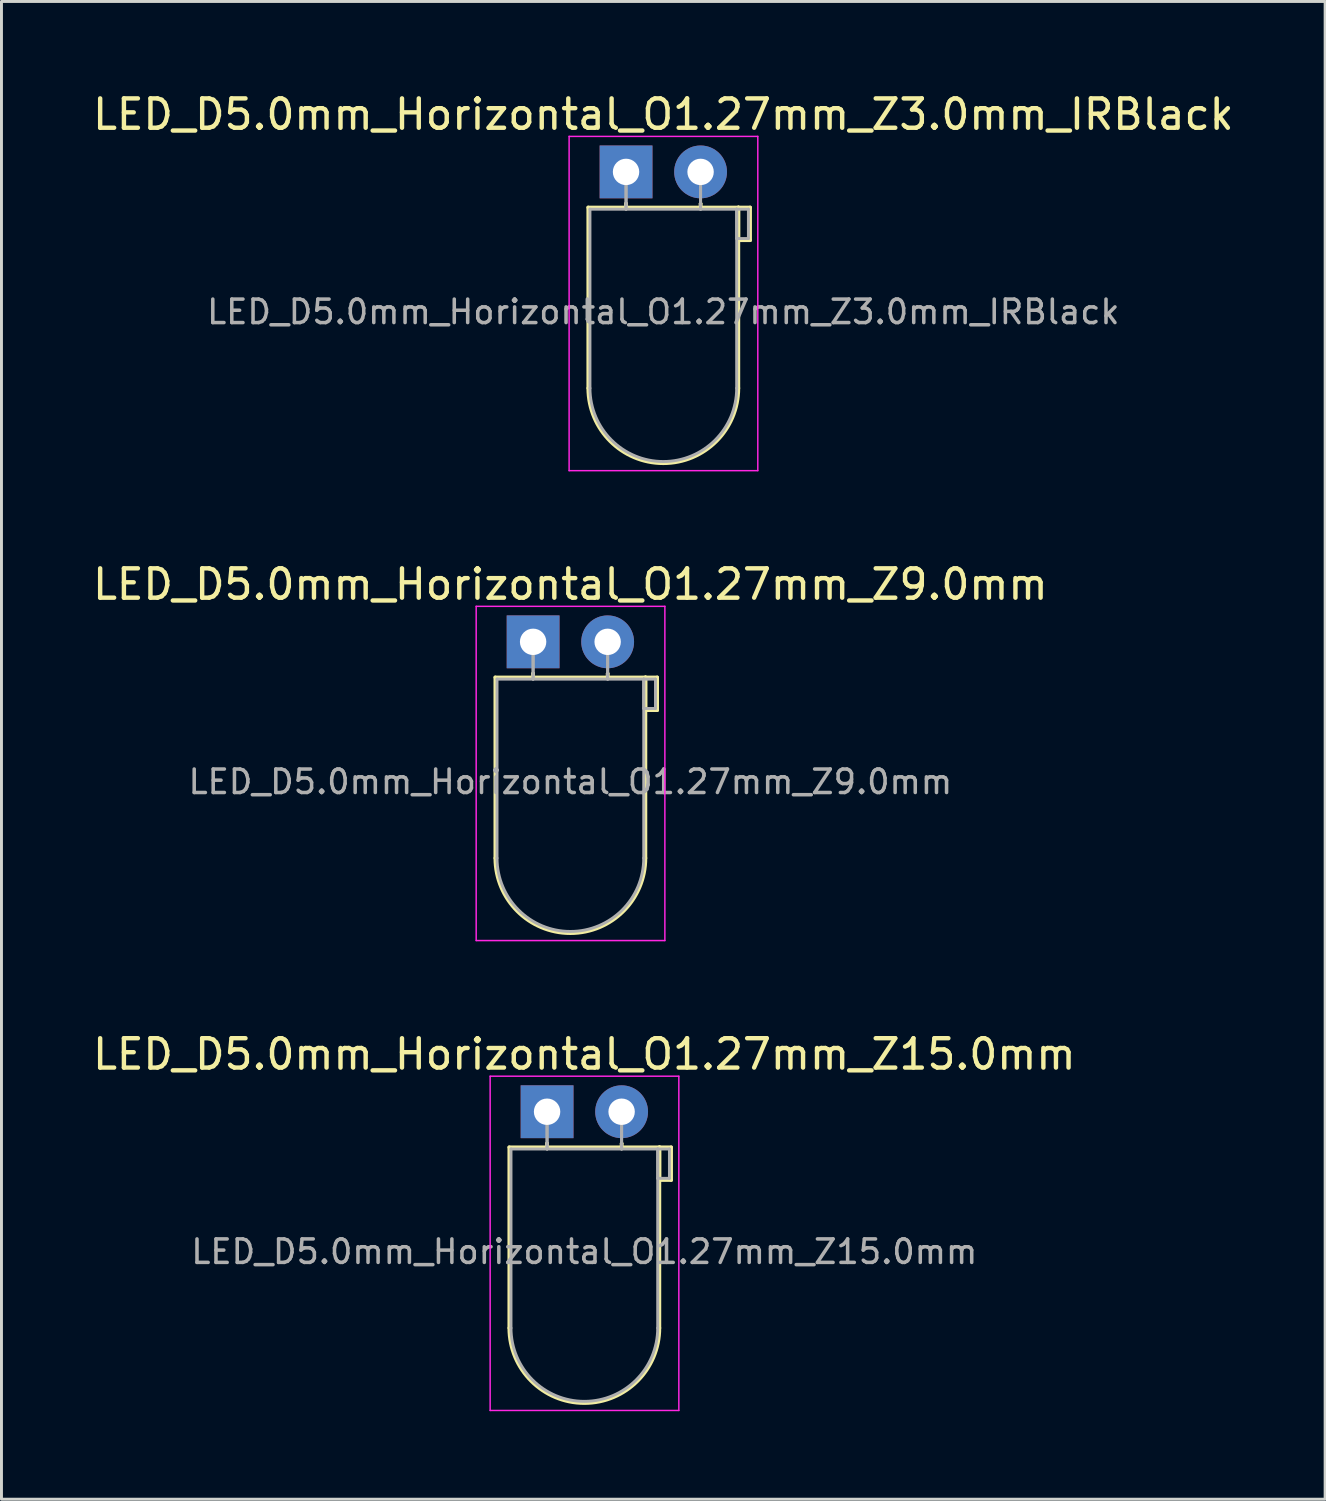
<source format=kicad_pcb>
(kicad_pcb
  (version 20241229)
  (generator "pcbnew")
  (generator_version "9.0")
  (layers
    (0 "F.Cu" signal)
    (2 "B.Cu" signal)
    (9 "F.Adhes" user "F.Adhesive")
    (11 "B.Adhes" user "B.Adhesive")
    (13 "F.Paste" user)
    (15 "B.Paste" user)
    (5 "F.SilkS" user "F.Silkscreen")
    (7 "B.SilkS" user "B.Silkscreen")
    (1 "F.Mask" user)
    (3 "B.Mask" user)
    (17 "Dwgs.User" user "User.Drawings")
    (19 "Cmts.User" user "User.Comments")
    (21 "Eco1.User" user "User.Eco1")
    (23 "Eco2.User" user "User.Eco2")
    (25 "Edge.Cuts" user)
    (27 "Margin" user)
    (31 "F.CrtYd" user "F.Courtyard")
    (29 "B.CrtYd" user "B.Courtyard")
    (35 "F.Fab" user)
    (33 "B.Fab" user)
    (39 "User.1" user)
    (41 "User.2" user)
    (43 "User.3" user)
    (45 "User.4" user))
  (footprint "LED_D5.0mm_Horizontal_O1.27mm_Z3.0mm_IRBlack"
    (layer "F.Cu")
    (at 18.284 2.808)
    (property "Reference" "LED_D5.0mm_Horizontal_O1.27mm_Z3.0mm_IRBlack" (at 1.27 -1.96 0) (layer "F.SilkS") (effects (font (size 1 1) (thickness 0.15))))
    (attr through_hole)
    (fp_line (start -1.29 1.21) (end -1.29 7.37) (stroke (width 0.12) (type solid)) (layer "F.SilkS"))
    (fp_line (start -1.29 1.21) (end 3.83 1.21) (stroke (width 0.12) (type solid)) (layer "F.SilkS"))
    (fp_line (start 0 1.08) (end 0 1.08) (stroke (width 0.12) (type solid)) (layer "F.SilkS"))
    (fp_line (start 0 1.08) (end 0 1.21) (stroke (width 0.12) (type solid)) (layer "F.SilkS"))
    (fp_line (start 0 1.21) (end 0 1.08) (stroke (width 0.12) (type solid)) (layer "F.SilkS"))
    (fp_line (start 0 1.21) (end 0 1.21) (stroke (width 0.12) (type solid)) (layer "F.SilkS"))
    (fp_line (start 2.54 1.08) (end 2.54 1.08) (stroke (width 0.12) (type solid)) (layer "F.SilkS"))
    (fp_line (start 2.54 1.08) (end 2.54 1.21) (stroke (width 0.12) (type solid)) (layer "F.SilkS"))
    (fp_line (start 2.54 1.21) (end 2.54 1.08) (stroke (width 0.12) (type solid)) (layer "F.SilkS"))
    (fp_line (start 2.54 1.21) (end 2.54 1.21) (stroke (width 0.12) (type solid)) (layer "F.SilkS"))
    (fp_line (start 3.83 1.21) (end 3.83 7.37) (stroke (width 0.12) (type solid)) (layer "F.SilkS"))
    (fp_line (start 3.83 1.21) (end 4.23 1.21) (stroke (width 0.12) (type solid)) (layer "F.SilkS"))
    (fp_line (start 3.83 2.33) (end 3.83 1.21) (stroke (width 0.12) (type solid)) (layer "F.SilkS"))
    (fp_line (start 4.23 1.21) (end 4.23 2.33) (stroke (width 0.12) (type solid)) (layer "F.SilkS"))
    (fp_line (start 4.23 2.33) (end 3.83 2.33) (stroke (width 0.12) (type solid)) (layer "F.SilkS"))
    (fp_arc (start 3.83 7.37) (mid 1.27 9.93) (end -1.29 7.37) (stroke (width 0.12) (type solid)) (layer "F.SilkS"))
    (fp_line (start -1.94 -1.21) (end -1.94 10.18) (stroke (width 0.05) (type solid)) (layer "F.CrtYd"))
    (fp_line (start -1.94 10.18) (end 4.49 10.18) (stroke (width 0.05) (type solid)) (layer "F.CrtYd"))
    (fp_line (start 4.49 -1.21) (end -1.94 -1.21) (stroke (width 0.05) (type solid)) (layer "F.CrtYd"))
    (fp_line (start 4.49 10.18) (end 4.49 -1.21) (stroke (width 0.05) (type solid)) (layer "F.CrtYd"))
    (fp_line (start -1.23 1.27) (end -1.23 7.37) (stroke (width 0.1) (type solid)) (layer "F.Fab"))
    (fp_line (start -1.23 1.27) (end 3.77 1.27) (stroke (width 0.1) (type solid)) (layer "F.Fab"))
    (fp_line (start 0 0) (end 0 0) (stroke (width 0.1) (type solid)) (layer "F.Fab"))
    (fp_line (start 0 0) (end 0 1.27) (stroke (width 0.1) (type solid)) (layer "F.Fab"))
    (fp_line (start 0 1.27) (end 0 0) (stroke (width 0.1) (type solid)) (layer "F.Fab"))
    (fp_line (start 0 1.27) (end 0 1.27) (stroke (width 0.1) (type solid)) (layer "F.Fab"))
    (fp_line (start 2.54 0) (end 2.54 0) (stroke (width 0.1) (type solid)) (layer "F.Fab"))
    (fp_line (start 2.54 0) (end 2.54 1.27) (stroke (width 0.1) (type solid)) (layer "F.Fab"))
    (fp_line (start 2.54 1.27) (end 2.54 0) (stroke (width 0.1) (type solid)) (layer "F.Fab"))
    (fp_line (start 2.54 1.27) (end 2.54 1.27) (stroke (width 0.1) (type solid)) (layer "F.Fab"))
    (fp_line (start 3.77 1.27) (end 3.77 7.37) (stroke (width 0.1) (type solid)) (layer "F.Fab"))
    (fp_line (start 3.77 1.27) (end 4.17 1.27) (stroke (width 0.1) (type solid)) (layer "F.Fab"))
    (fp_line (start 3.77 2.27) (end 3.77 1.27) (stroke (width 0.1) (type solid)) (layer "F.Fab"))
    (fp_line (start 4.17 1.27) (end 4.17 2.27) (stroke (width 0.1) (type solid)) (layer "F.Fab"))
    (fp_line (start 4.17 2.27) (end 3.77 2.27) (stroke (width 0.1) (type solid)) (layer "F.Fab"))
    (fp_arc (start 3.77 7.37) (mid 1.27 9.87) (end -1.23 7.37) (stroke (width 0.1) (type solid)) (layer "F.Fab"))
    (fp_text user "${REFERENCE}" (at 1.27 4.77 0) (layer "F.Fab") (effects (font (size 0.8 0.8) (thickness 0.12))))
    (pad "1" thru_hole rect (at 0 0) (size 1.8 1.8) (drill 0.9) (layers "*.Cu" "*.Mask"))
    (pad "2" thru_hole circle (at 2.54 0) (size 1.8 1.8) (drill 0.9) (layers "*.Cu" "*.Mask")))
  (footprint "LED_D5.0mm_Horizontal_O1.27mm_Z9.0mm"
    (layer "F.Cu")
    (at 15.117 18.822)
    (property "Reference" "LED_D5.0mm_Horizontal_O1.27mm_Z9.0mm" (at 1.27 -1.96 0) (layer "F.SilkS") (effects (font (size 1 1) (thickness 0.15))))
    (attr through_hole)
    (fp_line (start -1.29 1.21) (end -1.29 7.37) (stroke (width 0.12) (type solid)) (layer "F.SilkS"))
    (fp_line (start -1.29 1.21) (end 3.83 1.21) (stroke (width 0.12) (type solid)) (layer "F.SilkS"))
    (fp_line (start 0 1.08) (end 0 1.08) (stroke (width 0.12) (type solid)) (layer "F.SilkS"))
    (fp_line (start 0 1.08) (end 0 1.21) (stroke (width 0.12) (type solid)) (layer "F.SilkS"))
    (fp_line (start 0 1.21) (end 0 1.08) (stroke (width 0.12) (type solid)) (layer "F.SilkS"))
    (fp_line (start 0 1.21) (end 0 1.21) (stroke (width 0.12) (type solid)) (layer "F.SilkS"))
    (fp_line (start 2.54 1.08) (end 2.54 1.08) (stroke (width 0.12) (type solid)) (layer "F.SilkS"))
    (fp_line (start 2.54 1.08) (end 2.54 1.21) (stroke (width 0.12) (type solid)) (layer "F.SilkS"))
    (fp_line (start 2.54 1.21) (end 2.54 1.08) (stroke (width 0.12) (type solid)) (layer "F.SilkS"))
    (fp_line (start 2.54 1.21) (end 2.54 1.21) (stroke (width 0.12) (type solid)) (layer "F.SilkS"))
    (fp_line (start 3.83 1.21) (end 3.83 7.37) (stroke (width 0.12) (type solid)) (layer "F.SilkS"))
    (fp_line (start 3.83 1.21) (end 4.23 1.21) (stroke (width 0.12) (type solid)) (layer "F.SilkS"))
    (fp_line (start 3.83 2.33) (end 3.83 1.21) (stroke (width 0.12) (type solid)) (layer "F.SilkS"))
    (fp_line (start 4.23 1.21) (end 4.23 2.33) (stroke (width 0.12) (type solid)) (layer "F.SilkS"))
    (fp_line (start 4.23 2.33) (end 3.83 2.33) (stroke (width 0.12) (type solid)) (layer "F.SilkS"))
    (fp_arc (start 3.83 7.37) (mid 1.27 9.93) (end -1.29 7.37) (stroke (width 0.12) (type solid)) (layer "F.SilkS"))
    (fp_line (start -1.94 -1.21) (end -1.94 10.18) (stroke (width 0.05) (type solid)) (layer "F.CrtYd"))
    (fp_line (start -1.94 10.18) (end 4.49 10.18) (stroke (width 0.05) (type solid)) (layer "F.CrtYd"))
    (fp_line (start 4.49 -1.21) (end -1.94 -1.21) (stroke (width 0.05) (type solid)) (layer "F.CrtYd"))
    (fp_line (start 4.49 10.18) (end 4.49 -1.21) (stroke (width 0.05) (type solid)) (layer "F.CrtYd"))
    (fp_line (start -1.23 1.27) (end -1.23 7.37) (stroke (width 0.1) (type solid)) (layer "F.Fab"))
    (fp_line (start -1.23 1.27) (end 3.77 1.27) (stroke (width 0.1) (type solid)) (layer "F.Fab"))
    (fp_line (start 0 0) (end 0 0) (stroke (width 0.1) (type solid)) (layer "F.Fab"))
    (fp_line (start 0 0) (end 0 1.27) (stroke (width 0.1) (type solid)) (layer "F.Fab"))
    (fp_line (start 0 1.27) (end 0 0) (stroke (width 0.1) (type solid)) (layer "F.Fab"))
    (fp_line (start 0 1.27) (end 0 1.27) (stroke (width 0.1) (type solid)) (layer "F.Fab"))
    (fp_line (start 2.54 0) (end 2.54 0) (stroke (width 0.1) (type solid)) (layer "F.Fab"))
    (fp_line (start 2.54 0) (end 2.54 1.27) (stroke (width 0.1) (type solid)) (layer "F.Fab"))
    (fp_line (start 2.54 1.27) (end 2.54 0) (stroke (width 0.1) (type solid)) (layer "F.Fab"))
    (fp_line (start 2.54 1.27) (end 2.54 1.27) (stroke (width 0.1) (type solid)) (layer "F.Fab"))
    (fp_line (start 3.77 1.27) (end 3.77 7.37) (stroke (width 0.1) (type solid)) (layer "F.Fab"))
    (fp_line (start 3.77 1.27) (end 4.17 1.27) (stroke (width 0.1) (type solid)) (layer "F.Fab"))
    (fp_line (start 3.77 2.27) (end 3.77 1.27) (stroke (width 0.1) (type solid)) (layer "F.Fab"))
    (fp_line (start 4.17 1.27) (end 4.17 2.27) (stroke (width 0.1) (type solid)) (layer "F.Fab"))
    (fp_line (start 4.17 2.27) (end 3.77 2.27) (stroke (width 0.1) (type solid)) (layer "F.Fab"))
    (fp_arc (start 3.77 7.37) (mid 1.27 9.87) (end -1.23 7.37) (stroke (width 0.1) (type solid)) (layer "F.Fab"))
    (fp_text user "${REFERENCE}" (at 1.27 4.77 0) (layer "F.Fab") (effects (font (size 0.8 0.8) (thickness 0.12))))
    (pad "1" thru_hole rect (at 0 0) (size 1.8 1.8) (drill 0.9) (layers "*.Cu" "*.Mask"))
    (pad "2" thru_hole circle (at 2.54 0) (size 1.8 1.8) (drill 0.9) (layers "*.Cu" "*.Mask")))
  (footprint "LED_D5.0mm_Horizontal_O1.27mm_Z15.0mm"
    (layer "F.Cu")
    (at 15.593 34.835)
    (property "Reference" "LED_D5.0mm_Horizontal_O1.27mm_Z15.0mm" (at 1.27 -1.96 0) (layer "F.SilkS") (effects (font (size 1 1) (thickness 0.15))))
    (attr through_hole)
    (fp_line (start -1.29 1.21) (end -1.29 7.37) (stroke (width 0.12) (type solid)) (layer "F.SilkS"))
    (fp_line (start -1.29 1.21) (end 3.83 1.21) (stroke (width 0.12) (type solid)) (layer "F.SilkS"))
    (fp_line (start 0 1.08) (end 0 1.08) (stroke (width 0.12) (type solid)) (layer "F.SilkS"))
    (fp_line (start 0 1.08) (end 0 1.21) (stroke (width 0.12) (type solid)) (layer "F.SilkS"))
    (fp_line (start 0 1.21) (end 0 1.08) (stroke (width 0.12) (type solid)) (layer "F.SilkS"))
    (fp_line (start 0 1.21) (end 0 1.21) (stroke (width 0.12) (type solid)) (layer "F.SilkS"))
    (fp_line (start 2.54 1.08) (end 2.54 1.08) (stroke (width 0.12) (type solid)) (layer "F.SilkS"))
    (fp_line (start 2.54 1.08) (end 2.54 1.21) (stroke (width 0.12) (type solid)) (layer "F.SilkS"))
    (fp_line (start 2.54 1.21) (end 2.54 1.08) (stroke (width 0.12) (type solid)) (layer "F.SilkS"))
    (fp_line (start 2.54 1.21) (end 2.54 1.21) (stroke (width 0.12) (type solid)) (layer "F.SilkS"))
    (fp_line (start 3.83 1.21) (end 3.83 7.37) (stroke (width 0.12) (type solid)) (layer "F.SilkS"))
    (fp_line (start 3.83 1.21) (end 4.23 1.21) (stroke (width 0.12) (type solid)) (layer "F.SilkS"))
    (fp_line (start 3.83 2.33) (end 3.83 1.21) (stroke (width 0.12) (type solid)) (layer "F.SilkS"))
    (fp_line (start 4.23 1.21) (end 4.23 2.33) (stroke (width 0.12) (type solid)) (layer "F.SilkS"))
    (fp_line (start 4.23 2.33) (end 3.83 2.33) (stroke (width 0.12) (type solid)) (layer "F.SilkS"))
    (fp_arc (start 3.83 7.37) (mid 1.27 9.93) (end -1.29 7.37) (stroke (width 0.12) (type solid)) (layer "F.SilkS"))
    (fp_line (start -1.94 -1.21) (end -1.94 10.18) (stroke (width 0.05) (type solid)) (layer "F.CrtYd"))
    (fp_line (start -1.94 10.18) (end 4.49 10.18) (stroke (width 0.05) (type solid)) (layer "F.CrtYd"))
    (fp_line (start 4.49 -1.21) (end -1.94 -1.21) (stroke (width 0.05) (type solid)) (layer "F.CrtYd"))
    (fp_line (start 4.49 10.18) (end 4.49 -1.21) (stroke (width 0.05) (type solid)) (layer "F.CrtYd"))
    (fp_line (start -1.23 1.27) (end -1.23 7.37) (stroke (width 0.1) (type solid)) (layer "F.Fab"))
    (fp_line (start -1.23 1.27) (end 3.77 1.27) (stroke (width 0.1) (type solid)) (layer "F.Fab"))
    (fp_line (start 0 0) (end 0 0) (stroke (width 0.1) (type solid)) (layer "F.Fab"))
    (fp_line (start 0 0) (end 0 1.27) (stroke (width 0.1) (type solid)) (layer "F.Fab"))
    (fp_line (start 0 1.27) (end 0 0) (stroke (width 0.1) (type solid)) (layer "F.Fab"))
    (fp_line (start 0 1.27) (end 0 1.27) (stroke (width 0.1) (type solid)) (layer "F.Fab"))
    (fp_line (start 2.54 0) (end 2.54 0) (stroke (width 0.1) (type solid)) (layer "F.Fab"))
    (fp_line (start 2.54 0) (end 2.54 1.27) (stroke (width 0.1) (type solid)) (layer "F.Fab"))
    (fp_line (start 2.54 1.27) (end 2.54 0) (stroke (width 0.1) (type solid)) (layer "F.Fab"))
    (fp_line (start 2.54 1.27) (end 2.54 1.27) (stroke (width 0.1) (type solid)) (layer "F.Fab"))
    (fp_line (start 3.77 1.27) (end 3.77 7.37) (stroke (width 0.1) (type solid)) (layer "F.Fab"))
    (fp_line (start 3.77 1.27) (end 4.17 1.27) (stroke (width 0.1) (type solid)) (layer "F.Fab"))
    (fp_line (start 3.77 2.27) (end 3.77 1.27) (stroke (width 0.1) (type solid)) (layer "F.Fab"))
    (fp_line (start 4.17 1.27) (end 4.17 2.27) (stroke (width 0.1) (type solid)) (layer "F.Fab"))
    (fp_line (start 4.17 2.27) (end 3.77 2.27) (stroke (width 0.1) (type solid)) (layer "F.Fab"))
    (fp_arc (start 3.77 7.37) (mid 1.27 9.87) (end -1.23 7.37) (stroke (width 0.1) (type solid)) (layer "F.Fab"))
    (fp_text user "${REFERENCE}" (at 1.27 4.77 0) (layer "F.Fab") (effects (font (size 0.8 0.8) (thickness 0.12))))
    (pad "1" thru_hole rect (at 0 0) (size 1.8 1.8) (drill 0.9) (layers "*.Cu" "*.Mask"))
    (pad "2" thru_hole circle (at 2.54 0) (size 1.8 1.8) (drill 0.9) (layers "*.Cu" "*.Mask")))
  (gr_rect
    (start -3 -3)
    (end 42.107 48.04)
    (stroke (width 0.1) (type default))
    (fill no)
    (layer "Edge.Cuts")))
</source>
